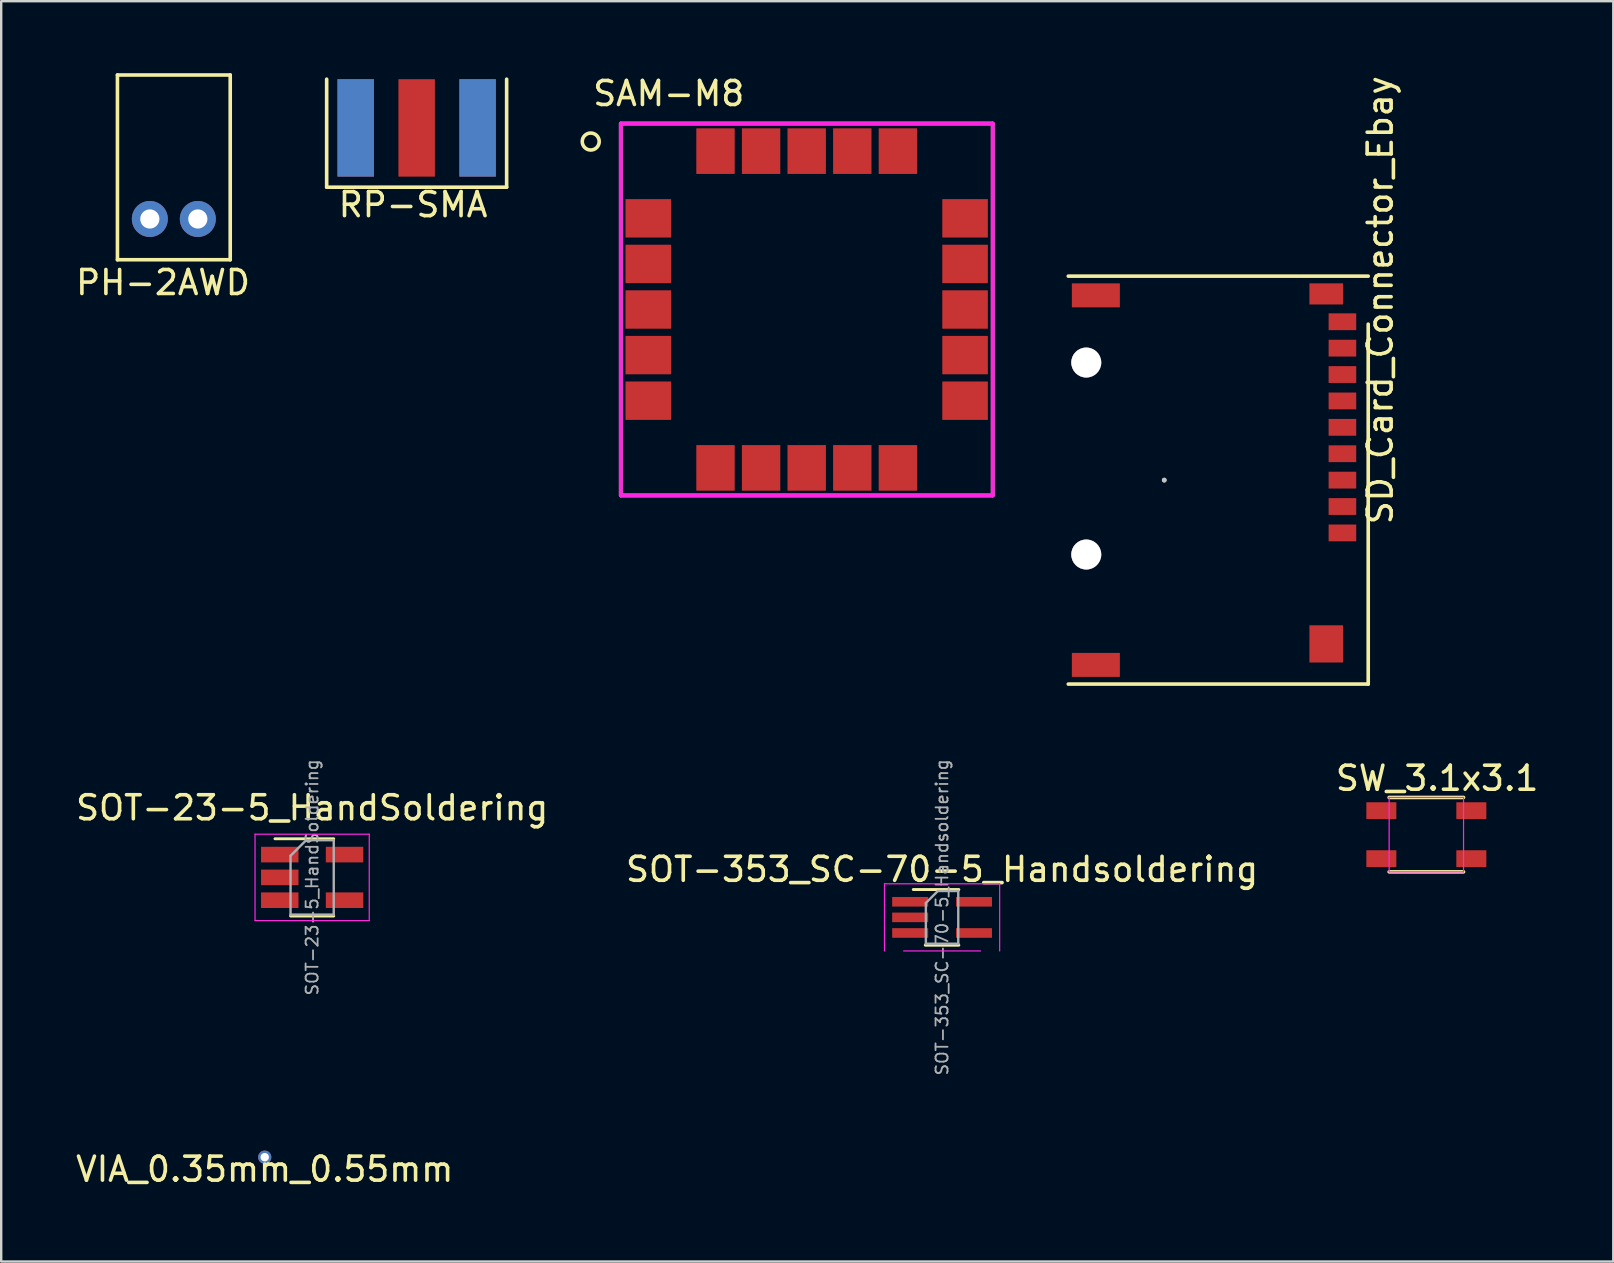
<source format=kicad_pcb>
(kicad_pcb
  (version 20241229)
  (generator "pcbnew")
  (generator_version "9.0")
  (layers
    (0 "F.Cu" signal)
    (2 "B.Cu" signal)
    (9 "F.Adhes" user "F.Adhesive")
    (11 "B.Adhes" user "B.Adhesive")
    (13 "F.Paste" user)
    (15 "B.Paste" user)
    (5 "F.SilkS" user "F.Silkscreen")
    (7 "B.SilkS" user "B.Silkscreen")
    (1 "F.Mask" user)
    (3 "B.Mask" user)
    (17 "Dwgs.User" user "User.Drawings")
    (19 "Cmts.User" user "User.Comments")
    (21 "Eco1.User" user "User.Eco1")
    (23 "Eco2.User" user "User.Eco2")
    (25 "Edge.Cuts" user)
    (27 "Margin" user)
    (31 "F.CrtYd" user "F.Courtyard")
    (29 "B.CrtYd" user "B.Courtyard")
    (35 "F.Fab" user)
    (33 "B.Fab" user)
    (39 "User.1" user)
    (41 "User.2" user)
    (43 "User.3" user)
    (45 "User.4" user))
  (footprint "SOT-23-5_HandSoldering"
    (layer "F.Cu")
    (at 9.958 33.513)
    (property "Reference" "SOT-23-5_HandSoldering" (at 0 -2.9 0) (layer "F.SilkS") (effects (font (size 1 1) (thickness 0.15))))
    (attr smd)
    (fp_line (start -0.9 1.61) (end 0.9 1.61) (stroke (width 0.12) (type solid)) (layer "F.SilkS"))
    (fp_line (start 0.9 -1.61) (end -1.55 -1.61) (stroke (width 0.12) (type solid)) (layer "F.SilkS"))
    (fp_line (start -2.38 -1.8) (end -2.38 1.8) (stroke (width 0.05) (type solid)) (layer "F.CrtYd"))
    (fp_line (start -2.38 -1.8) (end 2.38 -1.8) (stroke (width 0.05) (type solid)) (layer "F.CrtYd"))
    (fp_line (start 2.38 1.8) (end -2.38 1.8) (stroke (width 0.05) (type solid)) (layer "F.CrtYd"))
    (fp_line (start 2.38 1.8) (end 2.38 -1.8) (stroke (width 0.05) (type solid)) (layer "F.CrtYd"))
    (fp_line (start -0.9 -0.9) (end -0.9 1.55) (stroke (width 0.1) (type solid)) (layer "F.Fab"))
    (fp_line (start -0.9 -0.9) (end -0.25 -1.55) (stroke (width 0.1) (type solid)) (layer "F.Fab"))
    (fp_line (start 0.9 -1.55) (end -0.25 -1.55) (stroke (width 0.1) (type solid)) (layer "F.Fab"))
    (fp_line (start 0.9 -1.55) (end 0.9 1.55) (stroke (width 0.1) (type solid)) (layer "F.Fab"))
    (fp_line (start 0.9 1.55) (end -0.9 1.55) (stroke (width 0.1) (type solid)) (layer "F.Fab"))
    (fp_text user "${REFERENCE}" (at 0 0 90) (layer "F.Fab") (effects (font (size 0.5 0.5) (thickness 0.075))))
    (pad "1" smd rect (at -1.35 -0.95) (size 1.56 0.65) (layers "F.Cu" "F.Mask" "F.Paste"))
    (pad "2" smd rect (at -1.35 0) (size 1.56 0.65) (layers "F.Cu" "F.Mask" "F.Paste"))
    (pad "3" smd rect (at -1.35 0.95) (size 1.56 0.65) (layers "F.Cu" "F.Mask" "F.Paste"))
    (pad "4" smd rect (at 1.35 0.95) (size 1.56 0.65) (layers "F.Cu" "F.Mask" "F.Paste"))
    (pad "5" smd rect (at 1.35 -0.95) (size 1.56 0.65) (layers "F.Cu" "F.Mask" "F.Paste")))
  (footprint "RP-SMA"
    (layer "F.Cu")
    (at 14.313 0.25)
    (property "Reference" "RP-SMA" (at -0.15 5.23 180) (layer "F.SilkS") (effects (font (size 1 1) (thickness 0.15))))
    (attr through_hole)
    (fp_line (start -3.75 4.5) (end -3.75 0) (stroke (width 0.15) (type solid)) (layer "F.SilkS"))
    (fp_line (start 3.75 0) (end 3.75 4.5) (stroke (width 0.15) (type solid)) (layer "F.SilkS"))
    (fp_line (start 3.75 4.5) (end -3.75 4.5) (stroke (width 0.15) (type solid)) (layer "F.SilkS"))
    (pad "1" smd rect (at 0 2.03) (size 1.52 4.06) (layers "F.Cu" "F.Mask" "F.Paste"))
    (pad "2" smd rect (at -2.54 2.03) (size 1.52 4.06) (layers "F.Cu" "F.Mask" "F.Paste"))
    (pad "2" smd rect (at -2.54 2.03) (size 1.52 4.06) (layers "B.Cu" "B.Mask" "B.Paste"))
    (pad "2" smd rect (at 2.54 2.03) (size 1.52 4.06) (layers "F.Cu" "F.Mask" "F.Paste"))
    (pad "2" smd rect (at 2.54 2.03) (size 1.52 4.06) (layers "B.Cu" "B.Mask" "B.Paste")))
  (footprint "SAM-M8"
    (layer "F.Cu")
    (at 30.567 9.848)
    (property "Reference" "SAM-M8" (at -5.75 -9 180) (layer "F.SilkS") (effects (font (size 1 1) (thickness 0.15))))
    (attr through_hole)
    (fp_line (start -7.75 -7.75) (end -7.75 7.75) (stroke (width 0.15) (type solid)) (layer "F.SilkS"))
    (fp_line (start -7.75 7.75) (end 7.75 7.75) (stroke (width 0.15) (type solid)) (layer "F.SilkS"))
    (fp_line (start 7.75 -7.75) (end -7.75 -7.75) (stroke (width 0.15) (type solid)) (layer "F.SilkS"))
    (fp_line (start 7.75 7.75) (end 7.75 -7.75) (stroke (width 0.15) (type solid)) (layer "F.SilkS"))
    (fp_circle (center -9 -7) (end -8.75 -7.25) (stroke (width 0.15) (type solid)) (fill no) (layer "F.SilkS"))
    (fp_line (start -7.75 -7.75) (end -7.75 7.75) (stroke (width 0.15) (type solid)) (layer "F.CrtYd"))
    (fp_line (start -7.75 -7.75) (end -7.75 7.75) (stroke (width 0.15) (type solid)) (layer "F.CrtYd"))
    (fp_line (start -7.75 7.75) (end 7.75 7.75) (stroke (width 0.15) (type solid)) (layer "F.CrtYd"))
    (fp_line (start -7.75 7.75) (end 7.75 7.75) (stroke (width 0.15) (type solid)) (layer "F.CrtYd"))
    (fp_line (start 7.75 -7.75) (end -7.75 -7.75) (stroke (width 0.15) (type solid)) (layer "F.CrtYd"))
    (fp_line (start 7.75 -7.75) (end -7.75 -7.75) (stroke (width 0.15) (type solid)) (layer "F.CrtYd"))
    (fp_line (start 7.75 7.75) (end 7.75 -7.75) (stroke (width 0.15) (type solid)) (layer "F.CrtYd"))
    (fp_line (start 7.75 7.75) (end 7.75 -7.75) (stroke (width 0.15) (type solid)) (layer "F.CrtYd"))
    (pad "1" smd rect (at -6.6 -3.8) (size 1.9 1.6) (layers "F.Cu" "F.Mask" "F.Paste"))
    (pad "2" smd rect (at -6.6 -1.9) (size 1.9 1.6) (layers "F.Cu" "F.Mask" "F.Paste"))
    (pad "3" smd rect (at -6.6 0) (size 1.9 1.6) (layers "F.Cu" "F.Mask" "F.Paste"))
    (pad "4" smd rect (at -6.6 1.9) (size 1.9 1.6) (layers "F.Cu" "F.Mask" "F.Paste"))
    (pad "5" smd rect (at -6.6 3.8) (size 1.9 1.6) (layers "F.Cu" "F.Mask" "F.Paste"))
    (pad "6" smd rect (at -3.8 6.6) (size 1.6 1.9) (layers "F.Cu" "F.Mask" "F.Paste"))
    (pad "7" smd rect (at -1.9 6.6) (size 1.6 1.9) (layers "F.Cu" "F.Mask" "F.Paste"))
    (pad "8" smd rect (at 0 6.6) (size 1.6 1.9) (layers "F.Cu" "F.Mask" "F.Paste"))
    (pad "9" smd rect (at 1.9 6.6) (size 1.6 1.9) (layers "F.Cu" "F.Mask" "F.Paste"))
    (pad "10" smd rect (at 3.8 6.6) (size 1.6 1.9) (layers "F.Cu" "F.Mask" "F.Paste"))
    (pad "11" smd rect (at 6.6 3.8) (size 1.9 1.6) (layers "F.Cu" "F.Mask" "F.Paste"))
    (pad "12" smd rect (at 6.6 1.9) (size 1.9 1.6) (layers "F.Cu" "F.Mask" "F.Paste"))
    (pad "13" smd rect (at 6.6 0) (size 1.9 1.6) (layers "F.Cu" "F.Mask" "F.Paste"))
    (pad "14" smd rect (at 6.6 -1.9) (size 1.9 1.6) (layers "F.Cu" "F.Mask" "F.Paste"))
    (pad "15" smd rect (at 6.6 -3.8) (size 1.9 1.6) (layers "F.Cu" "F.Mask" "F.Paste"))
    (pad "16" smd rect (at 3.8 -6.6) (size 1.6 1.9) (layers "F.Cu" "F.Mask" "F.Paste"))
    (pad "17" smd rect (at 1.9 -6.6) (size 1.6 1.9) (layers "F.Cu" "F.Mask" "F.Paste"))
    (pad "18" smd rect (at 0 -6.6) (size 1.6 1.9) (layers "F.Cu" "F.Mask" "F.Paste"))
    (pad "19" smd rect (at -1.9 -6.6) (size 1.6 1.9) (layers "F.Cu" "F.Mask" "F.Paste"))
    (pad "20" smd rect (at -3.8 -6.6) (size 1.6 1.9) (layers "F.Cu" "F.Mask" "F.Paste")))
  (footprint "PH-2AWD"
    (layer "F.Cu")
    (at 4.194 6.075)
    (property "Reference" "PH-2AWD" (at -0.45 2.65 0) (layer "F.SilkS") (effects (font (size 1 1) (thickness 0.15))))
    (attr through_hole)
    (fp_line (start -2.35 -6) (end -2.35 1.7) (stroke (width 0.15) (type solid)) (layer "F.SilkS"))
    (fp_line (start -2.35 -6) (end 2.35 -6) (stroke (width 0.15) (type solid)) (layer "F.SilkS"))
    (fp_line (start -2.35 1.7) (end 2.35 1.7) (stroke (width 0.15) (type solid)) (layer "F.SilkS"))
    (fp_line (start 2.35 -6) (end 2.35 1.7) (stroke (width 0.15) (type solid)) (layer "F.SilkS"))
    (pad "1" thru_hole circle (at -1 0) (size 1.5 1.5) (drill 0.8) (layers "*.Cu" "*.Mask"))
    (pad "2" thru_hole circle (at 1 0) (size 1.5 1.5) (drill 0.8) (layers "*.Cu" "*.Mask")))
  (footprint "VIA_0.35mm_0.55mm"
    (layer "F.Cu")
    (at 7.982 45.173)
    (property "Reference" "VIA_0.35mm_0.55mm" (at 0 0.5 0) (layer "F.SilkS") (effects (font (size 1 1) (thickness 0.15))))
    (attr through_hole)
    (pad "1" thru_hole circle (at 0 0) (size 0.55 0.55) (drill 0.35) (layers "*.Cu")))
  (footprint "SW_3.1x3.1"
    (layer "F.Cu")
    (at 56.389 31.732)
    (property "Reference" "SW_3.1x3.1" (at 0.45 -2.35 0) (layer "F.SilkS") (effects (font (size 1 1) (thickness 0.15))))
    (attr smd)
    (fp_line (start -1.55 -1.55) (end 1.55 -1.55) (stroke (width 0.15) (type solid)) (layer "F.SilkS"))
    (fp_line (start 1.55 1.55) (end -1.55 1.55) (stroke (width 0.15) (type solid)) (layer "F.SilkS"))
    (fp_line (start -1.55 -1.55) (end 1.55 -1.55) (stroke (width 0.05) (type solid)) (layer "F.CrtYd"))
    (fp_line (start -1.55 1.55) (end -1.55 -1.55) (stroke (width 0.05) (type solid)) (layer "F.CrtYd"))
    (fp_line (start 1.55 -1.55) (end 1.55 1.55) (stroke (width 0.05) (type solid)) (layer "F.CrtYd"))
    (fp_line (start 1.55 1.55) (end -1.55 1.55) (stroke (width 0.05) (type solid)) (layer "F.CrtYd"))
    (pad "1" smd rect (at -1.875 -1) (size 1.25 0.7) (layers "F.Cu" "F.Mask" "F.Paste"))
    (pad "1" smd rect (at -1.875 1) (size 1.25 0.7) (layers "F.Cu" "F.Mask" "F.Paste"))
    (pad "2" smd rect (at 1.875 -1) (size 1.25 0.7) (layers "F.Cu" "F.Mask" "F.Paste"))
    (pad "2" smd rect (at 1.875 1) (size 1.25 0.7) (layers "F.Cu" "F.Mask" "F.Paste")))
  (footprint "SD_Card_Connector_Ebay"
    (layer "F.Cu")
    (at 45.467 16.958)
    (property "Reference" "SD_Card_Connector_Ebay" (at 9 -7.5 270) (layer "F.SilkS") (effects (font (size 1 1) (thickness 0.15))))
    (attr through_hole)
    (fp_line (start -4 8.5) (end 8.5 8.5) (stroke (width 0.15) (type solid)) (layer "F.SilkS"))
    (fp_line (start 8.5 -8.5) (end -4 -8.5) (stroke (width 0.15) (type solid)) (layer "F.SilkS"))
    (fp_line (start 8.5 8.5) (end 8.5 -6.5) (stroke (width 0.15) (type solid)) (layer "F.SilkS"))
    (fp_line (start 0 0) (end 0 0) (stroke (width 0.1) (type solid)) (layer "Dwgs.User"))
    (fp_line (start 0 0) (end 0 0) (stroke (width 0.1) (type solid)) (layer "Dwgs.User"))
    (fp_line (start 0 0) (end 0 0) (stroke (width 0.1) (type solid)) (layer "Dwgs.User"))
    (fp_line (start 0 0) (end 0 0) (stroke (width 0.1) (type solid)) (layer "Dwgs.User"))
    (fp_line (start 0 0) (end 0 0) (stroke (width 0.1) (type solid)) (layer "Dwgs.User"))
    (fp_line (start 0 0) (end 0 0) (stroke (width 0.1) (type solid)) (layer "Dwgs.User"))
    (fp_line (start 0 0) (end 0 0) (stroke (width 0.1) (type solid)) (layer "Dwgs.User"))
    (fp_line (start 0 0) (end 0 0) (stroke (width 0.1) (type solid)) (layer "Dwgs.User"))
    (fp_line (start 0 0) (end 0 0) (stroke (width 0.1) (type solid)) (layer "Dwgs.User"))
    (fp_line (start 0 0) (end 0 0) (stroke (width 0.1) (type solid)) (layer "Dwgs.User"))
    (fp_line (start 0 0) (end 0 0) (stroke (width 0.1) (type solid)) (layer "Dwgs.User"))
    (fp_line (start 0 0) (end 0 0) (stroke (width 0.1) (type solid)) (layer "Dwgs.User"))
    (fp_line (start 0 0) (end 0 0) (stroke (width 0.1) (type solid)) (layer "Dwgs.User"))
    (fp_line (start 0 0) (end 0 0) (stroke (width 0.1) (type solid)) (layer "Dwgs.User"))
    (fp_line (start 0 0) (end 0 0) (stroke (width 0.1) (type solid)) (layer "Dwgs.User"))
    (fp_line (start 0 0) (end 0 0) (stroke (width 0.1) (type solid)) (layer "Dwgs.User"))
    (fp_line (start 0 0) (end 0 0) (stroke (width 0.1) (type solid)) (layer "Dwgs.User"))
    (fp_line (start 0 0) (end 0 0) (stroke (width 0.1) (type solid)) (layer "Dwgs.User"))
    (fp_line (start 0 0) (end 0 0) (stroke (width 0.1) (type solid)) (layer "Dwgs.User"))
    (fp_line (start 0 0) (end 0 0) (stroke (width 0.1) (type solid)) (layer "Dwgs.User"))
    (fp_line (start 0 0) (end 0 0) (stroke (width 0.1) (type solid)) (layer "Dwgs.User"))
    (fp_line (start 0 0) (end 0 0) (stroke (width 0.1) (type solid)) (layer "Dwgs.User"))
    (fp_line (start 0 0) (end 0 0) (stroke (width 0.1) (type solid)) (layer "Dwgs.User"))
    (fp_line (start 0 0) (end 0 0) (stroke (width 0.1) (type solid)) (layer "Dwgs.User"))
    (fp_line (start 0 0) (end 0 0) (stroke (width 0.1) (type solid)) (layer "Dwgs.User"))
    (fp_line (start 0 0) (end 0 0) (stroke (width 0.1) (type solid)) (layer "Dwgs.User"))
    (fp_line (start 0 0) (end 0 0) (stroke (width 0.1) (type solid)) (layer "Dwgs.User"))
    (fp_line (start 0 0) (end 0 0) (stroke (width 0.1) (type solid)) (layer "Dwgs.User"))
    (fp_line (start 0 0) (end 0 0) (stroke (width 0.1) (type solid)) (layer "Dwgs.User"))
    (fp_line (start 0 0) (end 0 0) (stroke (width 0.1) (type solid)) (layer "Dwgs.User"))
    (fp_line (start 0 0) (end 0 0) (stroke (width 0.1) (type solid)) (layer "Dwgs.User"))
    (fp_line (start 0 0) (end 0 0) (stroke (width 0.1) (type solid)) (layer "Dwgs.User"))
    (fp_line (start 0 0) (end 0 0) (stroke (width 0.1) (type solid)) (layer "Dwgs.User"))
    (fp_line (start 0 0) (end 0 0) (stroke (width 0.1) (type solid)) (layer "Dwgs.User"))
    (fp_line (start 0 0) (end 0 0) (stroke (width 0.1) (type solid)) (layer "Dwgs.User"))
    (fp_line (start 0 0) (end 0 0) (stroke (width 0.1) (type solid)) (layer "Dwgs.User"))
    (fp_line (start 0 0) (end 0 0) (stroke (width 0.1) (type solid)) (layer "Dwgs.User"))
    (fp_line (start 0 0) (end 0 0) (stroke (width 0.1) (type solid)) (layer "Dwgs.User"))
    (fp_line (start 0 0) (end 0 0) (stroke (width 0.1) (type solid)) (layer "Dwgs.User"))
    (fp_line (start 0 0) (end 0 0) (stroke (width 0.1) (type solid)) (layer "Dwgs.User"))
    (fp_line (start 0 0) (end 0 0) (stroke (width 0.1) (type solid)) (layer "Dwgs.User"))
    (fp_line (start 0 0) (end 0 0) (stroke (width 0.1) (type solid)) (layer "Dwgs.User"))
    (fp_line (start 0 0) (end 0 0) (stroke (width 0.1) (type solid)) (layer "Dwgs.User"))
    (fp_line (start 0 0) (end 0 0) (stroke (width 0.1) (type solid)) (layer "Dwgs.User"))
    (fp_line (start 0 0) (end 0 0) (stroke (width 0.1) (type solid)) (layer "Dwgs.User"))
    (fp_line (start 0 0) (end 0 0) (stroke (width 0.1) (type solid)) (layer "Dwgs.User"))
    (fp_line (start 0 0) (end 0 0) (stroke (width 0.1) (type solid)) (layer "Dwgs.User"))
    (fp_line (start 0 0) (end 0 0) (stroke (width 0.1) (type solid)) (layer "Dwgs.User"))
    (fp_line (start 0 0) (end 0 0) (stroke (width 0.1) (type solid)) (layer "Dwgs.User"))
    (fp_line (start 0 0) (end 0 0) (stroke (width 0.1) (type solid)) (layer "Dwgs.User"))
    (fp_line (start 0 0) (end 0 0) (stroke (width 0.1) (type solid)) (layer "Dwgs.User"))
    (fp_line (start 0 0) (end 0 0) (stroke (width 0.1) (type solid)) (layer "Dwgs.User"))
    (fp_line (start 0 0) (end 0 0) (stroke (width 0.1) (type solid)) (layer "Dwgs.User"))
    (fp_line (start 0 0) (end 0 0) (stroke (width 0.1) (type solid)) (layer "Dwgs.User"))
    (fp_line (start 0 0) (end 0 0) (stroke (width 0.1) (type solid)) (layer "Dwgs.User"))
    (fp_line (start 0 0) (end 0 0) (stroke (width 0.1) (type solid)) (layer "Dwgs.User"))
    (fp_line (start 0 0) (end 0 0) (stroke (width 0.1) (type solid)) (layer "Dwgs.User"))
    (fp_line (start 0 0) (end 0 0) (stroke (width 0.1) (type solid)) (layer "Dwgs.User"))
    (fp_line (start 0 0) (end 0 0) (stroke (width 0.1) (type solid)) (layer "Dwgs.User"))
    (fp_line (start 0 0) (end 0 0) (stroke (width 0.1) (type solid)) (layer "Dwgs.User"))
    (fp_line (start 0 0) (end 0 0) (stroke (width 0.1) (type solid)) (layer "Dwgs.User"))
    (fp_line (start 0 0) (end 0 0) (stroke (width 0.1) (type solid)) (layer "Dwgs.User"))
    (fp_line (start 0 0) (end 0 0) (stroke (width 0.1) (type solid)) (layer "Dwgs.User"))
    (fp_line (start 0 0) (end 0 0) (stroke (width 0.1) (type solid)) (layer "Dwgs.User"))
    (fp_line (start 0 0) (end 0 0) (stroke (width 0.1) (type solid)) (layer "Dwgs.User"))
    (fp_line (start 0 0) (end 0 0) (stroke (width 0.1) (type solid)) (layer "Dwgs.User"))
    (fp_line (start 0 0) (end 0 0) (stroke (width 0.1) (type solid)) (layer "Dwgs.User"))
    (fp_line (start 0 0) (end 0 0) (stroke (width 0.1) (type solid)) (layer "Dwgs.User"))
    (fp_line (start 0 0) (end 0 0) (stroke (width 0.1) (type solid)) (layer "Dwgs.User"))
    (fp_line (start 0 0) (end 0 0) (stroke (width 0.1) (type solid)) (layer "Dwgs.User"))
    (fp_line (start 0 0) (end 0 0) (stroke (width 0.1) (type solid)) (layer "Dwgs.User"))
    (fp_line (start 0 0) (end 0 0) (stroke (width 0.1) (type solid)) (layer "Dwgs.User"))
    (fp_line (start 0 0) (end 0 0) (stroke (width 0.1) (type solid)) (layer "Dwgs.User"))
    (fp_line (start 0 0) (end 0 0) (stroke (width 0.1) (type solid)) (layer "Dwgs.User"))
    (fp_line (start 0 0) (end 0 0) (stroke (width 0.1) (type solid)) (layer "Dwgs.User"))
    (fp_line (start 0 0) (end 0 0) (stroke (width 0.1) (type solid)) (layer "Dwgs.User"))
    (fp_line (start 0 0) (end 0 0) (stroke (width 0.1) (type solid)) (layer "Dwgs.User"))
    (fp_line (start 0 0) (end 0 0) (stroke (width 0.1) (type solid)) (layer "Dwgs.User"))
    (fp_line (start 0 0) (end 0 0) (stroke (width 0.1) (type solid)) (layer "Dwgs.User"))
    (fp_circle (center 0 0) (end 0 0) (stroke (width 0.1) (type solid)) (fill no) (layer "Dwgs.User"))
    (fp_circle (center 0 0) (end 0 0) (stroke (width 0.1) (type solid)) (fill no) (layer "Dwgs.User"))
    (fp_line (start 0 0) (end 0 0) (stroke (width 0.1) (type solid)) (layer "F.CrtYd"))
    (fp_line (start 0 0) (end 0 0) (stroke (width 0.1) (type solid)) (layer "F.CrtYd"))
    (fp_line (start 0 0) (end 0 0) (stroke (width 0.1) (type solid)) (layer "F.CrtYd"))
    (fp_line (start 0 0) (end 0 0) (stroke (width 0.1) (type solid)) (layer "F.CrtYd"))
    (fp_line (start 0 0) (end 0 0) (stroke (width 0.1) (type solid)) (layer "F.CrtYd"))
    (fp_line (start 0 0) (end 0 0) (stroke (width 0.1) (type solid)) (layer "F.CrtYd"))
    (fp_line (start 0 0) (end 0 0) (stroke (width 0.1) (type solid)) (layer "F.CrtYd"))
    (fp_line (start 0 0) (end 0 0) (stroke (width 0.1) (type solid)) (layer "F.CrtYd"))
    (pad "" thru_hole circle (at -3.25 -4.9) (size 1.25 1.25) (drill 1.25) (layers "*.Cu" "*.Mask"))
    (pad "" thru_hole circle (at -3.25 3.1) (size 1.25 1.25) (drill 1.25) (layers "*.Cu" "*.Mask"))
    (pad "1" smd rect (at 7.425 2.2) (size 1.15 0.7) (layers "F.Cu" "F.Mask" "F.Paste"))
    (pad "2" smd rect (at 7.425 1.1) (size 1.15 0.7) (layers "F.Cu" "F.Mask" "F.Paste"))
    (pad "3" smd rect (at 7.425 0) (size 1.15 0.7) (layers "F.Cu" "F.Mask" "F.Paste"))
    (pad "4" smd rect (at 7.425 -1.1) (size 1.15 0.7) (layers "F.Cu" "F.Mask" "F.Paste"))
    (pad "5" smd rect (at 7.425 -2.2) (size 1.15 0.7) (layers "F.Cu" "F.Mask" "F.Paste"))
    (pad "6" smd rect (at 7.425 -3.3) (size 1.15 0.7) (layers "F.Cu" "F.Mask" "F.Paste"))
    (pad "7" smd rect (at 7.425 -4.4) (size 1.15 0.7) (layers "F.Cu" "F.Mask" "F.Paste"))
    (pad "8" smd rect (at 7.425 -5.5) (size 1.15 0.7) (layers "F.Cu" "F.Mask" "F.Paste"))
    (pad "9" smd rect (at 7.425 -6.6) (size 1.15 0.7) (layers "F.Cu" "F.Mask" "F.Paste"))
    (pad "10" smd rect (at -2.85 -7.7) (size 2 1) (layers "F.Cu" "F.Mask" "F.Paste"))
    (pad "10" smd rect (at -2.85 7.7) (size 2 1) (layers "F.Cu" "F.Mask" "F.Paste"))
    (pad "10" smd rect (at 6.75 -7.76) (size 1.4 0.88) (layers "F.Cu" "F.Mask" "F.Paste"))
    (pad "10" smd rect (at 6.75 6.825) (size 1.4 1.55) (layers "F.Cu" "F.Mask" "F.Paste")))
  (footprint "SOT-353_SC-70-5_Handsoldering"
    (layer "F.Cu")
    (at 36.208 35.179)
    (property "Reference" "SOT-353_SC-70-5_Handsoldering" (at 0 -2 0) (layer "F.SilkS") (effects (font (size 1 1) (thickness 0.15))))
    (attr smd)
    (fp_line (start -0.7 1.16) (end 0.7 1.16) (stroke (width 0.12) (type solid)) (layer "F.SilkS"))
    (fp_line (start 0.7 -1.16) (end -1.2 -1.16) (stroke (width 0.12) (type solid)) (layer "F.SilkS"))
    (fp_line (start -2.4 -1.4) (end -2.4 1.4) (stroke (width 0.05) (type solid)) (layer "F.CrtYd"))
    (fp_line (start -2.4 -1.4) (end 2.4 -1.4) (stroke (width 0.05) (type solid)) (layer "F.CrtYd"))
    (fp_line (start -1.6 1.4) (end 1.6 1.4) (stroke (width 0.05) (type solid)) (layer "F.CrtYd"))
    (fp_line (start 2.4 1.4) (end 2.4 -1.4) (stroke (width 0.05) (type solid)) (layer "F.CrtYd"))
    (fp_line (start -0.675 -0.6) (end -0.675 1.1) (stroke (width 0.1) (type solid)) (layer "F.Fab"))
    (fp_line (start -0.175 -1.1) (end -0.675 -0.6) (stroke (width 0.1) (type solid)) (layer "F.Fab"))
    (fp_line (start 0.675 -1.1) (end -0.175 -1.1) (stroke (width 0.1) (type solid)) (layer "F.Fab"))
    (fp_line (start 0.675 -1.1) (end 0.675 1.1) (stroke (width 0.1) (type solid)) (layer "F.Fab"))
    (fp_line (start 0.675 1.1) (end -0.675 1.1) (stroke (width 0.1) (type solid)) (layer "F.Fab"))
    (fp_text user "${REFERENCE}" (at 0 0 90) (layer "F.Fab") (effects (font (size 0.5 0.5) (thickness 0.075))))
    (pad "1" smd rect (at -1.33 -0.65) (size 1.5 0.4) (layers "F.Cu" "F.Mask" "F.Paste"))
    (pad "2" smd rect (at -1.33 0) (size 1.5 0.4) (layers "F.Cu" "F.Mask" "F.Paste"))
    (pad "3" smd rect (at -1.33 0.65) (size 1.5 0.4) (layers "F.Cu" "F.Mask" "F.Paste"))
    (pad "4" smd rect (at 1.33 0.65) (size 1.5 0.4) (layers "F.Cu" "F.Mask" "F.Paste"))
    (pad "5" smd rect (at 1.33 -0.65) (size 1.5 0.4) (layers "F.Cu" "F.Mask" "F.Paste")))
  (gr_rect
    (start -3 -3)
    (end 64.179 49.521)
    (stroke (width 0.1) (type default))
    (fill no)
    (layer "Edge.Cuts")))
</source>
